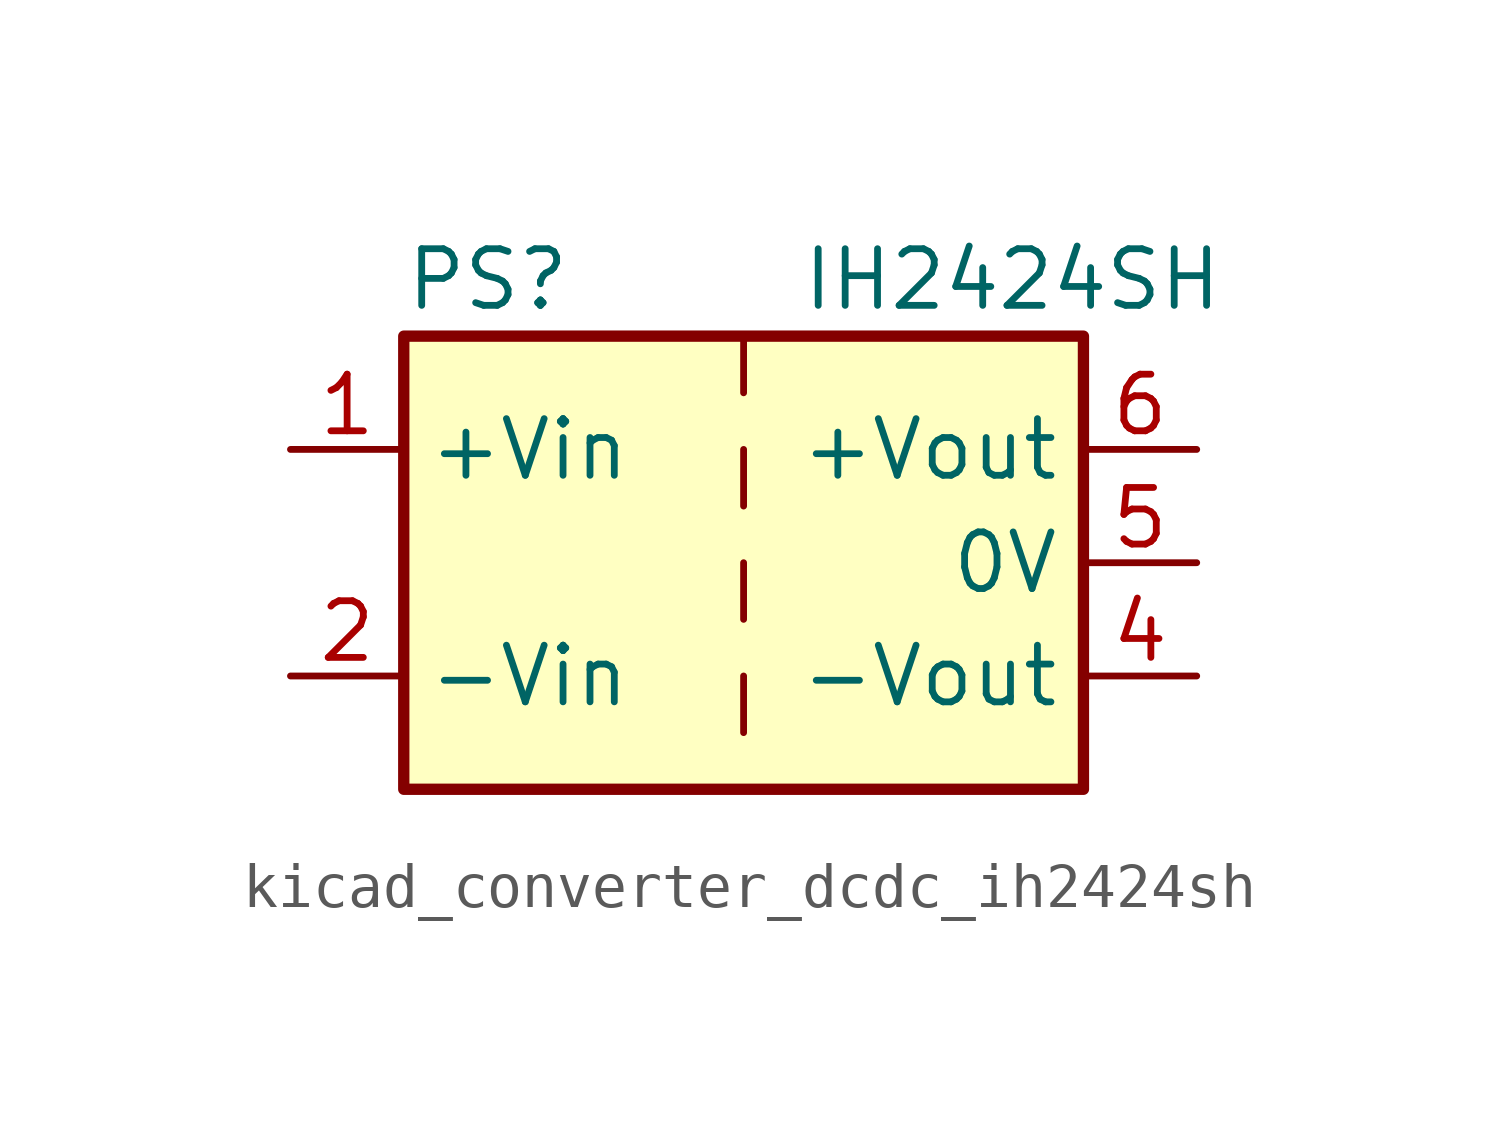
<source format=kicad_sym>
(kicad_symbol_lib
  (version 20220914)
  (generator kicad_symbol_editor)
  (symbol "kicad_converter_dcdc_ih2424sh"
    (property "Reference" "PS"
      (at -7.62 6.35 0)
      (effects (font (size 1.27 1.27)) (justify left)))
    (property "Value" "IH2424SH"
      (at 1.27 6.35 0)
      (effects (font (size 1.27 1.27)) (justify left)))
    (symbol "kicad_converter_dcdc_ih2424sh_0_0"
      (pin power_in line (at -10.16 2.54 0) (length 2.54) (name "+Vin" (effects (font (size 1.27 1.27)))) (number "1" (effects (font (size 1.27 1.27)))))
      (pin power_in line (at -10.16 -2.54 0) (length 2.54) (name "-Vin" (effects (font (size 1.27 1.27)))) (number "2" (effects (font (size 1.27 1.27)))))
      (pin power_out line (at 10.16 -2.54 180) (length 2.54) (name "-Vout" (effects (font (size 1.27 1.27)))) (number "4" (effects (font (size 1.27 1.27)))))
      (pin power_out line (at 10.16 0 180) (length 2.54) (name "0V" (effects (font (size 1.27 1.27)))) (number "5" (effects (font (size 1.27 1.27)))))
      (pin power_out line (at 10.16 2.54 180) (length 2.54) (name "+Vout" (effects (font (size 1.27 1.27)))) (number "6" (effects (font (size 1.27 1.27))))))
    (symbol "kicad_converter_dcdc_ih2424sh_0_1"
      (rectangle (start -7.62 5.08) (end 7.62 -5.08) (stroke (width 0.254) (type default)) (fill (type background)))
      (polyline (pts (xy 0 -2.54) (xy 0 -3.81)) (stroke (width 0) (type default)) (fill (type none)))
      (polyline (pts (xy 0 0) (xy 0 -1.27)) (stroke (width 0) (type default)) (fill (type none)))
      (polyline (pts (xy 0 2.54) (xy 0 1.27)) (stroke (width 0) (type default)) (fill (type none)))
      (polyline (pts (xy 0 5.08) (xy 0 3.81)) (stroke (width 0) (type default)) (fill (type none))))))
</source>
